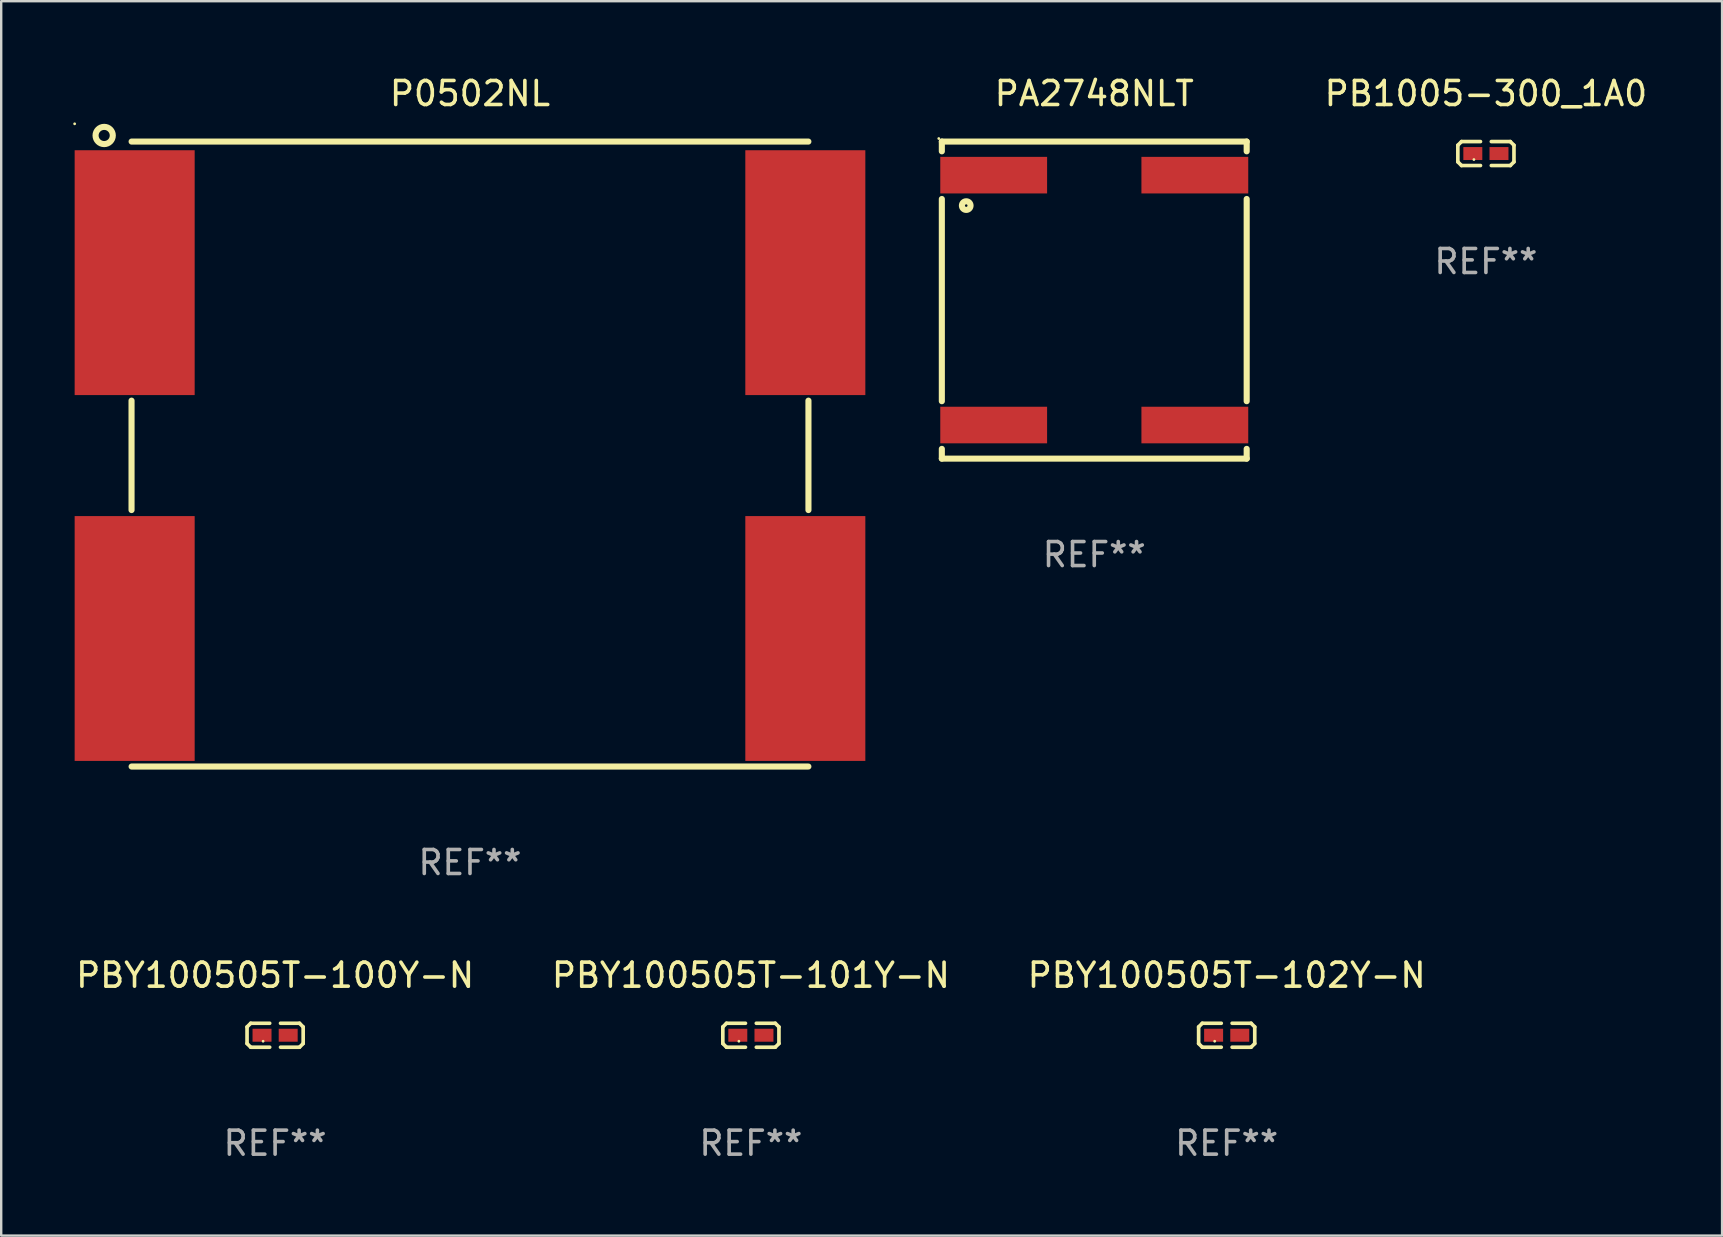
<source format=kicad_pcb>
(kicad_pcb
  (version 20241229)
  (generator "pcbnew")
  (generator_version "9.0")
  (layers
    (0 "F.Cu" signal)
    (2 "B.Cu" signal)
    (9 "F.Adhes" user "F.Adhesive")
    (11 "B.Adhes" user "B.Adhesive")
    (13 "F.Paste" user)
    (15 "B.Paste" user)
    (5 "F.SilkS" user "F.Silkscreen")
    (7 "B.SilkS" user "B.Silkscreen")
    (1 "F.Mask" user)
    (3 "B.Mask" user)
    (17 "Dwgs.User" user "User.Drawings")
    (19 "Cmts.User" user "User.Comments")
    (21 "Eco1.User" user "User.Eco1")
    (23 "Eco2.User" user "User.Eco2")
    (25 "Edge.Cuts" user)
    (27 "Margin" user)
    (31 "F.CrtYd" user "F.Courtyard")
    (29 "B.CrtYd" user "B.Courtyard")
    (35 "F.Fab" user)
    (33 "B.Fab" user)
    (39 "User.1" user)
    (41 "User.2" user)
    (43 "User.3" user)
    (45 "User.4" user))
  (footprint "P0502NL"
    (layer "F.Cu")
    (at 16.53 15.866)
    (property "Reference" "P0502NL" (at 0 -15.018 0) (layer "F.SilkS") (effects (font (size 1 1) (thickness 0.15))))
    (attr through_hole)
    (fp_line (start -14.1 -2.225) (end -14.1 2.333) (stroke (width 0.254) (type solid)) (layer "F.SilkS"))
    (fp_line (start -14.097 -13.018) (end 14.097 -13.018) (stroke (width 0.254) (type solid)) (layer "F.SilkS"))
    (fp_line (start -14.097 13.018) (end 14.097 13.018) (stroke (width 0.254) (type solid)) (layer "F.SilkS"))
    (fp_line (start 14.1 -2.225) (end 14.1 2.333) (stroke (width 0.254) (type solid)) (layer "F.SilkS"))
    (fp_circle (center -16.47 -13.758) (end -16.44 -13.758) (stroke (width 0.06) (type solid)) (fill no) (layer "F.SilkS"))
    (fp_circle (center -15.24 -13.272) (end -14.881 -13.272) (stroke (width 0.254) (type solid)) (fill no) (layer "F.SilkS"))
    (fp_text user "REF**" (at 0 17.018 0) (layer "F.Fab") (effects (font (size 1 1) (thickness 0.15))))
    (pad "1" smd rect (at -13.97 -7.557 90) (size 10.2 5) (layers "F.Cu" "F.Mask" "F.Paste"))
    (pad "2" smd rect (at -13.97 7.684 90) (size 10.2 5) (layers "F.Cu" "F.Mask" "F.Paste"))
    (pad "3" smd rect (at 13.97 -7.557 90) (size 10.2 5) (layers "F.Cu" "F.Mask" "F.Paste"))
    (pad "4" smd rect (at 13.97 7.684 90) (size 10.2 5) (layers "F.Cu" "F.Mask" "F.Paste")))
  (footprint "PBY100505T-100Y-N"
    (layer "F.Cu")
    (at 8.411 40.078)
    (property "Reference" "PBY100505T-100Y-N" (at 0 -2.499 0) (layer "F.SilkS") (effects (font (size 1 1) (thickness 0.15))))
    (attr through_hole)
    (fp_line (start -1.169 -0.346) (end -1.016 -0.499) (stroke (width 0.152) (type solid)) (layer "F.SilkS"))
    (fp_line (start -1.169 0.346) (end -1.169 -0.346) (stroke (width 0.152) (type solid)) (layer "F.SilkS"))
    (fp_line (start -1.016 -0.499) (end -0.226 -0.499) (stroke (width 0.152) (type solid)) (layer "F.SilkS"))
    (fp_line (start -1.016 0.499) (end -1.169 0.346) (stroke (width 0.152) (type solid)) (layer "F.SilkS"))
    (fp_line (start -0.226 0.499) (end -1.016 0.499) (stroke (width 0.152) (type solid)) (layer "F.SilkS"))
    (fp_line (start 0.226 0.499) (end 1.016 0.499) (stroke (width 0.152) (type solid)) (layer "F.SilkS"))
    (fp_line (start 1.016 -0.499) (end 0.226 -0.499) (stroke (width 0.152) (type solid)) (layer "F.SilkS"))
    (fp_line (start 1.016 0.499) (end 1.169 0.346) (stroke (width 0.152) (type solid)) (layer "F.SilkS"))
    (fp_line (start 1.169 -0.346) (end 1.016 -0.499) (stroke (width 0.152) (type solid)) (layer "F.SilkS"))
    (fp_line (start 1.169 0.346) (end 1.169 -0.346) (stroke (width 0.152) (type solid)) (layer "F.SilkS"))
    (fp_circle (center -0.5 0.25) (end -0.47 0.25) (stroke (width 0.06) (type solid)) (fill no) (layer "F.SilkS"))
    (fp_text user "REF**" (at 0 4.499 0) (layer "F.Fab") (effects (font (size 1 1) (thickness 0.15))))
    (pad "1" smd rect (at -0.545 0) (size 0.79 0.54) (layers "F.Cu" "F.Mask" "F.Paste"))
    (pad "2" smd rect (at 0.545 0) (size 0.79 0.54) (layers "F.Cu" "F.Mask" "F.Paste")))
  (footprint "PBY100505T-102Y-N"
    (layer "F.Cu")
    (at 48.054 40.078)
    (property "Reference" "PBY100505T-102Y-N" (at 0 -2.499 0) (layer "F.SilkS") (effects (font (size 1 1) (thickness 0.15))))
    (attr through_hole)
    (fp_line (start -1.169 -0.346) (end -1.016 -0.499) (stroke (width 0.152) (type solid)) (layer "F.SilkS"))
    (fp_line (start -1.169 0.346) (end -1.169 -0.346) (stroke (width 0.152) (type solid)) (layer "F.SilkS"))
    (fp_line (start -1.016 -0.499) (end -0.226 -0.499) (stroke (width 0.152) (type solid)) (layer "F.SilkS"))
    (fp_line (start -1.016 0.499) (end -1.169 0.346) (stroke (width 0.152) (type solid)) (layer "F.SilkS"))
    (fp_line (start -0.226 0.499) (end -1.016 0.499) (stroke (width 0.152) (type solid)) (layer "F.SilkS"))
    (fp_line (start 0.226 0.499) (end 1.016 0.499) (stroke (width 0.152) (type solid)) (layer "F.SilkS"))
    (fp_line (start 1.016 -0.499) (end 0.226 -0.499) (stroke (width 0.152) (type solid)) (layer "F.SilkS"))
    (fp_line (start 1.016 0.499) (end 1.169 0.346) (stroke (width 0.152) (type solid)) (layer "F.SilkS"))
    (fp_line (start 1.169 -0.346) (end 1.016 -0.499) (stroke (width 0.152) (type solid)) (layer "F.SilkS"))
    (fp_line (start 1.169 0.346) (end 1.169 -0.346) (stroke (width 0.152) (type solid)) (layer "F.SilkS"))
    (fp_circle (center -0.5 0.25) (end -0.47 0.25) (stroke (width 0.06) (type solid)) (fill no) (layer "F.SilkS"))
    (fp_text user "REF**" (at 0 4.499 0) (layer "F.Fab") (effects (font (size 1 1) (thickness 0.15))))
    (pad "1" smd rect (at -0.545 0) (size 0.79 0.54) (layers "F.Cu" "F.Mask" "F.Paste"))
    (pad "2" smd rect (at 0.545 0) (size 0.79 0.54) (layers "F.Cu" "F.Mask" "F.Paste")))
  (footprint "PA2748NLT"
    (layer "F.Cu")
    (at 42.537 9.452)
    (property "Reference" "PA2748NLT" (at 0 -8.604 0) (layer "F.SilkS") (effects (font (size 1 1) (thickness 0.15))))
    (attr through_hole)
    (fp_line (start -6.35 -6.604) (end -6.35 -6.198) (stroke (width 0.254) (type solid)) (layer "F.SilkS"))
    (fp_line (start -6.35 -4.212) (end -6.35 4.212) (stroke (width 0.254) (type solid)) (layer "F.SilkS"))
    (fp_line (start -6.35 6.198) (end -6.35 6.604) (stroke (width 0.254) (type solid)) (layer "F.SilkS"))
    (fp_line (start -6.35 6.604) (end 6.35 6.604) (stroke (width 0.254) (type solid)) (layer "F.SilkS"))
    (fp_line (start 6.35 -6.604) (end -6.35 -6.604) (stroke (width 0.254) (type solid)) (layer "F.SilkS"))
    (fp_line (start 6.35 -6.198) (end 6.35 -6.604) (stroke (width 0.254) (type solid)) (layer "F.SilkS"))
    (fp_line (start 6.35 4.212) (end 6.35 -4.212) (stroke (width 0.254) (type solid)) (layer "F.SilkS"))
    (fp_line (start 6.35 6.604) (end 6.35 6.198) (stroke (width 0.254) (type solid)) (layer "F.SilkS"))
    (fp_circle (center -6.477 -6.731) (end -6.447 -6.731) (stroke (width 0.06) (type solid)) (fill no) (layer "F.SilkS"))
    (fp_circle (center -5.334 -3.937) (end -5.154 -3.937) (stroke (width 0.254) (type solid)) (fill no) (layer "F.SilkS"))
    (fp_text user "REF**" (at 0 10.604 0) (layer "F.Fab") (effects (font (size 1 1) (thickness 0.15))))
    (pad "1" smd rect (at -4.19 -5.205) (size 4.45 1.524) (layers "F.Cu" "F.Mask" "F.Paste"))
    (pad "2" smd rect (at -4.19 5.205) (size 4.45 1.524) (layers "F.Cu" "F.Mask" "F.Paste"))
    (pad "3" smd rect (at 4.19 -5.205) (size 4.45 1.524) (layers "F.Cu" "F.Mask" "F.Paste"))
    (pad "4" smd rect (at 4.19 5.205) (size 4.45 1.524) (layers "F.Cu" "F.Mask" "F.Paste")))
  (footprint "PBY100505T-101Y-N"
    (layer "F.Cu")
    (at 28.232 40.078)
    (property "Reference" "PBY100505T-101Y-N" (at 0 -2.499 0) (layer "F.SilkS") (effects (font (size 1 1) (thickness 0.15))))
    (attr through_hole)
    (fp_line (start -1.169 -0.346) (end -1.016 -0.499) (stroke (width 0.152) (type solid)) (layer "F.SilkS"))
    (fp_line (start -1.169 0.346) (end -1.169 -0.346) (stroke (width 0.152) (type solid)) (layer "F.SilkS"))
    (fp_line (start -1.016 -0.499) (end -0.226 -0.499) (stroke (width 0.152) (type solid)) (layer "F.SilkS"))
    (fp_line (start -1.016 0.499) (end -1.169 0.346) (stroke (width 0.152) (type solid)) (layer "F.SilkS"))
    (fp_line (start -0.226 0.499) (end -1.016 0.499) (stroke (width 0.152) (type solid)) (layer "F.SilkS"))
    (fp_line (start 0.226 0.499) (end 1.016 0.499) (stroke (width 0.152) (type solid)) (layer "F.SilkS"))
    (fp_line (start 1.016 -0.499) (end 0.226 -0.499) (stroke (width 0.152) (type solid)) (layer "F.SilkS"))
    (fp_line (start 1.016 0.499) (end 1.169 0.346) (stroke (width 0.152) (type solid)) (layer "F.SilkS"))
    (fp_line (start 1.169 -0.346) (end 1.016 -0.499) (stroke (width 0.152) (type solid)) (layer "F.SilkS"))
    (fp_line (start 1.169 0.346) (end 1.169 -0.346) (stroke (width 0.152) (type solid)) (layer "F.SilkS"))
    (fp_circle (center -0.5 0.25) (end -0.47 0.25) (stroke (width 0.06) (type solid)) (fill no) (layer "F.SilkS"))
    (fp_text user "REF**" (at 0 4.499 0) (layer "F.Fab") (effects (font (size 1 1) (thickness 0.15))))
    (pad "1" smd rect (at -0.545 0) (size 0.79 0.54) (layers "F.Cu" "F.Mask" "F.Paste"))
    (pad "2" smd rect (at 0.545 0) (size 0.79 0.54) (layers "F.Cu" "F.Mask" "F.Paste")))
  (footprint "PB1005-300_1A0"
    (layer "F.Cu")
    (at 58.853 3.347)
    (property "Reference" "PB1005-300_1A0" (at 0 -2.499 0) (layer "F.SilkS") (effects (font (size 1 1) (thickness 0.15))))
    (attr through_hole)
    (fp_line (start -1.169 -0.346) (end -1.016 -0.499) (stroke (width 0.152) (type solid)) (layer "F.SilkS"))
    (fp_line (start -1.169 0.346) (end -1.169 -0.346) (stroke (width 0.152) (type solid)) (layer "F.SilkS"))
    (fp_line (start -1.016 -0.499) (end -0.226 -0.499) (stroke (width 0.152) (type solid)) (layer "F.SilkS"))
    (fp_line (start -1.016 0.499) (end -1.169 0.346) (stroke (width 0.152) (type solid)) (layer "F.SilkS"))
    (fp_line (start -0.226 0.499) (end -1.016 0.499) (stroke (width 0.152) (type solid)) (layer "F.SilkS"))
    (fp_line (start 0.226 0.499) (end 1.016 0.499) (stroke (width 0.152) (type solid)) (layer "F.SilkS"))
    (fp_line (start 1.016 -0.499) (end 0.226 -0.499) (stroke (width 0.152) (type solid)) (layer "F.SilkS"))
    (fp_line (start 1.016 0.499) (end 1.169 0.346) (stroke (width 0.152) (type solid)) (layer "F.SilkS"))
    (fp_line (start 1.169 -0.346) (end 1.016 -0.499) (stroke (width 0.152) (type solid)) (layer "F.SilkS"))
    (fp_line (start 1.169 0.346) (end 1.169 -0.346) (stroke (width 0.152) (type solid)) (layer "F.SilkS"))
    (fp_circle (center -0.5 0.25) (end -0.47 0.25) (stroke (width 0.06) (type solid)) (fill no) (layer "F.SilkS"))
    (fp_text user "REF**" (at 0 4.499 0) (layer "F.Fab") (effects (font (size 1 1) (thickness 0.15))))
    (pad "1" smd rect (at -0.545 0) (size 0.79 0.54) (layers "F.Cu" "F.Mask" "F.Paste"))
    (pad "2" smd rect (at 0.545 0) (size 0.79 0.54) (layers "F.Cu" "F.Mask" "F.Paste")))
  (gr_rect
    (start -3 -3)
    (end 68.692 48.425)
    (stroke (width 0.1) (type default))
    (fill no)
    (layer "Edge.Cuts")))
</source>
